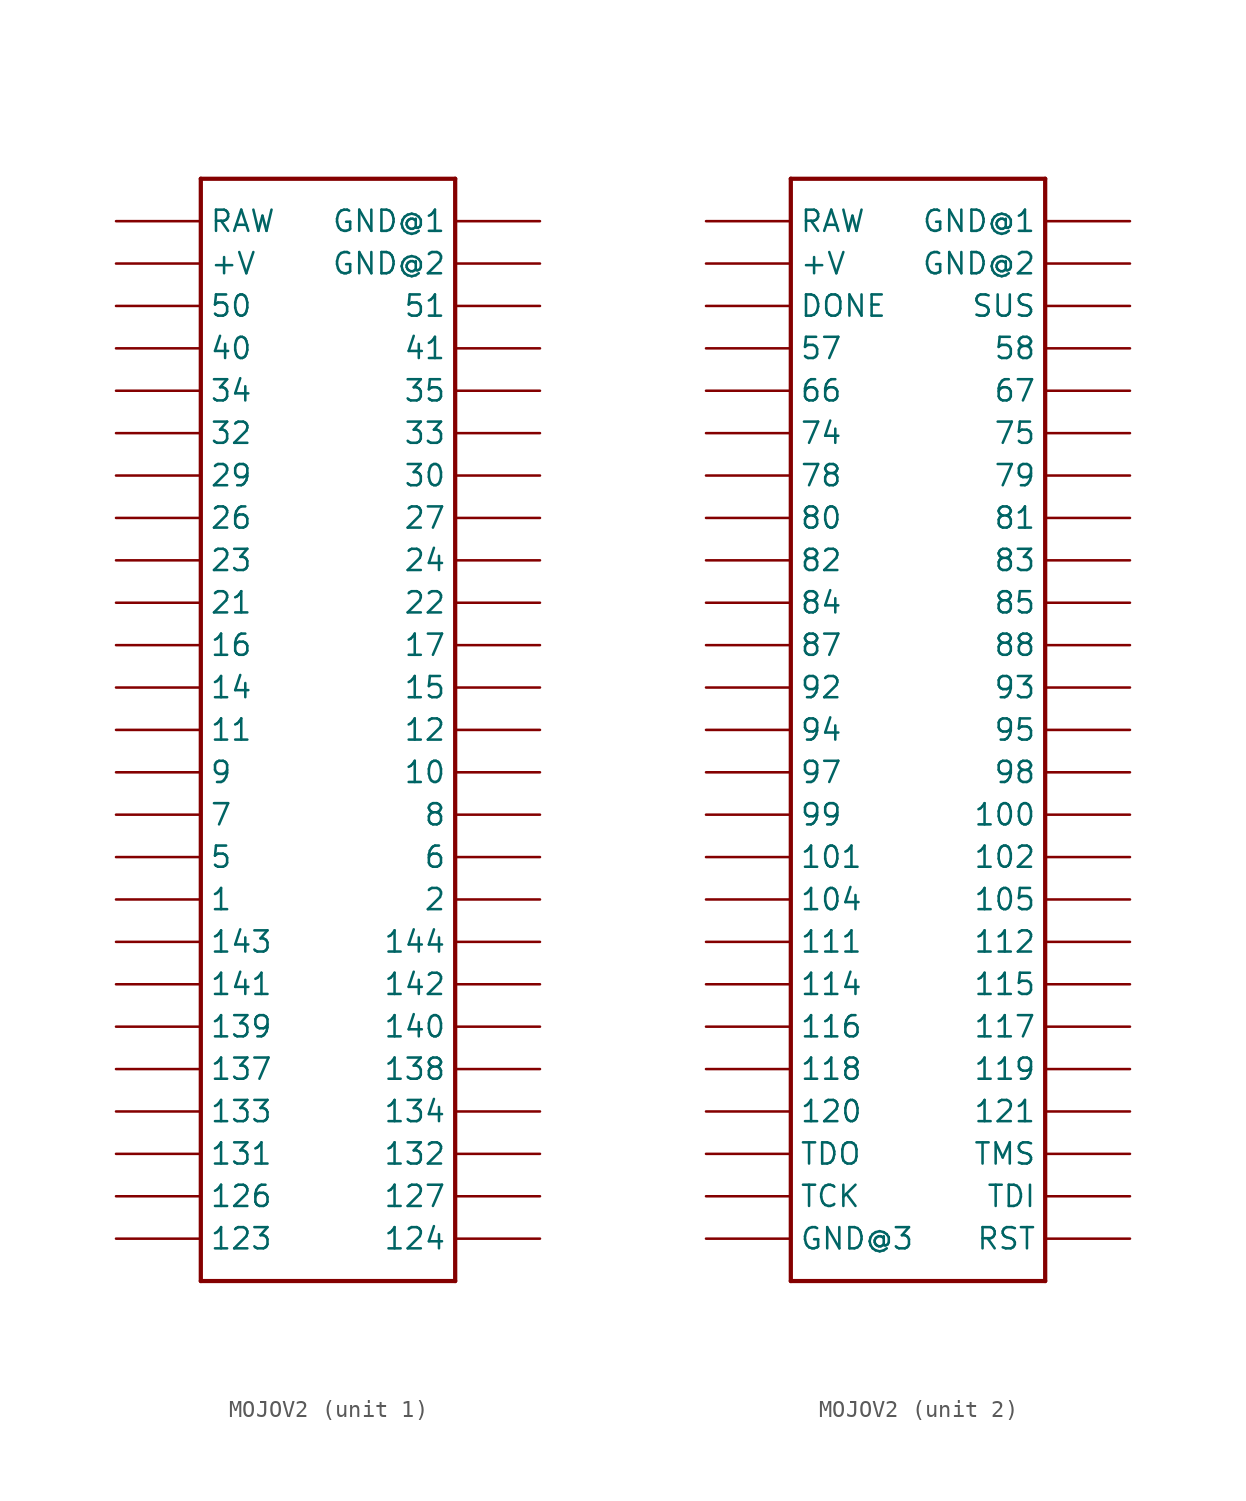
<source format=kicad_sym>
(kicad_symbol_lib
  (version 20231120)
  (generator "kicad_symbol_editor")
  (generator_version "8.0")
  (symbol "MOJOV2"
    (property "Reference" ""
      (at 0 0 0)
      (effects (font (size 1.27 1.27)) (hide yes)))
    (property "ki_locked" ""
      (at 0 0 0)
      (effects (font (size 1.27 1.27))))
    (symbol "MOJOV2_1_0"
      (polyline (pts (xy -7.62 -33.02) (xy -7.62 33.02)) (stroke (width 0.254) (type solid)) (fill (type none)))
      (polyline (pts (xy -7.62 33.02) (xy 7.62 33.02)) (stroke (width 0.254) (type solid)) (fill (type none)))
      (polyline (pts (xy 7.62 -33.02) (xy -7.62 -33.02)) (stroke (width 0.254) (type solid)) (fill (type none)))
      (polyline (pts (xy 7.62 33.02) (xy 7.62 -33.02)) (stroke (width 0.254) (type solid)) (fill (type none)))
      (pin bidirectional line (at -12.7 -10.16 0) (length 5.08) (name "1" (effects (font (size 1.27 1.27)))) (number "1" (effects (font (size 0 0)))))
      (pin bidirectional line (at 12.7 -2.54 180) (length 5.08) (name "10" (effects (font (size 1.27 1.27)))) (number "10" (effects (font (size 0 0)))))
      (pin bidirectional line (at -12.7 0 0) (length 5.08) (name "11" (effects (font (size 1.27 1.27)))) (number "11" (effects (font (size 0 0)))))
      (pin bidirectional line (at 12.7 0 180) (length 5.08) (name "12" (effects (font (size 1.27 1.27)))) (number "12" (effects (font (size 0 0)))))
      (pin bidirectional line (at -12.7 -30.48 0) (length 5.08) (name "123" (effects (font (size 1.27 1.27)))) (number "123" (effects (font (size 0 0)))))
      (pin bidirectional line (at 12.7 -30.48 180) (length 5.08) (name "124" (effects (font (size 1.27 1.27)))) (number "124" (effects (font (size 0 0)))))
      (pin bidirectional line (at -12.7 -27.94 0) (length 5.08) (name "126" (effects (font (size 1.27 1.27)))) (number "126" (effects (font (size 0 0)))))
      (pin bidirectional line (at 12.7 -27.94 180) (length 5.08) (name "127" (effects (font (size 1.27 1.27)))) (number "127" (effects (font (size 0 0)))))
      (pin bidirectional line (at -12.7 -25.4 0) (length 5.08) (name "131" (effects (font (size 1.27 1.27)))) (number "131" (effects (font (size 0 0)))))
      (pin bidirectional line (at 12.7 -25.4 180) (length 5.08) (name "132" (effects (font (size 1.27 1.27)))) (number "132" (effects (font (size 0 0)))))
      (pin bidirectional line (at -12.7 -22.86 0) (length 5.08) (name "133" (effects (font (size 1.27 1.27)))) (number "133" (effects (font (size 0 0)))))
      (pin bidirectional line (at 12.7 -22.86 180) (length 5.08) (name "134" (effects (font (size 1.27 1.27)))) (number "134" (effects (font (size 0 0)))))
      (pin bidirectional line (at -12.7 -20.32 0) (length 5.08) (name "137" (effects (font (size 1.27 1.27)))) (number "137" (effects (font (size 0 0)))))
      (pin bidirectional line (at 12.7 -20.32 180) (length 5.08) (name "138" (effects (font (size 1.27 1.27)))) (number "138" (effects (font (size 0 0)))))
      (pin bidirectional line (at -12.7 -17.78 0) (length 5.08) (name "139" (effects (font (size 1.27 1.27)))) (number "139" (effects (font (size 0 0)))))
      (pin bidirectional line (at -12.7 2.54 0) (length 5.08) (name "14" (effects (font (size 1.27 1.27)))) (number "14" (effects (font (size 0 0)))))
      (pin bidirectional line (at 12.7 -17.78 180) (length 5.08) (name "140" (effects (font (size 1.27 1.27)))) (number "140" (effects (font (size 0 0)))))
      (pin bidirectional line (at -12.7 -15.24 0) (length 5.08) (name "141" (effects (font (size 1.27 1.27)))) (number "141" (effects (font (size 0 0)))))
      (pin bidirectional line (at 12.7 -15.24 180) (length 5.08) (name "142" (effects (font (size 1.27 1.27)))) (number "142" (effects (font (size 0 0)))))
      (pin bidirectional line (at -12.7 -12.7 0) (length 5.08) (name "143" (effects (font (size 1.27 1.27)))) (number "143" (effects (font (size 0 0)))))
      (pin bidirectional line (at 12.7 -12.7 180) (length 5.08) (name "144" (effects (font (size 1.27 1.27)))) (number "144" (effects (font (size 0 0)))))
      (pin bidirectional line (at 12.7 2.54 180) (length 5.08) (name "15" (effects (font (size 1.27 1.27)))) (number "15" (effects (font (size 0 0)))))
      (pin bidirectional line (at -12.7 5.08 0) (length 5.08) (name "16" (effects (font (size 1.27 1.27)))) (number "16" (effects (font (size 0 0)))))
      (pin bidirectional line (at 12.7 5.08 180) (length 5.08) (name "17" (effects (font (size 1.27 1.27)))) (number "17" (effects (font (size 0 0)))))
      (pin bidirectional line (at 12.7 -10.16 180) (length 5.08) (name "2" (effects (font (size 1.27 1.27)))) (number "2" (effects (font (size 0 0)))))
      (pin bidirectional line (at -12.7 7.62 0) (length 5.08) (name "21" (effects (font (size 1.27 1.27)))) (number "21" (effects (font (size 0 0)))))
      (pin bidirectional line (at 12.7 7.62 180) (length 5.08) (name "22" (effects (font (size 1.27 1.27)))) (number "22" (effects (font (size 0 0)))))
      (pin bidirectional line (at -12.7 10.16 0) (length 5.08) (name "23" (effects (font (size 1.27 1.27)))) (number "23" (effects (font (size 0 0)))))
      (pin bidirectional line (at 12.7 10.16 180) (length 5.08) (name "24" (effects (font (size 1.27 1.27)))) (number "24" (effects (font (size 0 0)))))
      (pin bidirectional line (at -12.7 12.7 0) (length 5.08) (name "26" (effects (font (size 1.27 1.27)))) (number "26" (effects (font (size 0 0)))))
      (pin bidirectional line (at 12.7 12.7 180) (length 5.08) (name "27" (effects (font (size 1.27 1.27)))) (number "27" (effects (font (size 0 0)))))
      (pin bidirectional line (at -12.7 15.24 0) (length 5.08) (name "29" (effects (font (size 1.27 1.27)))) (number "29" (effects (font (size 0 0)))))
      (pin bidirectional line (at 12.7 15.24 180) (length 5.08) (name "30" (effects (font (size 1.27 1.27)))) (number "30" (effects (font (size 0 0)))))
      (pin bidirectional line (at -12.7 17.78 0) (length 5.08) (name "32" (effects (font (size 1.27 1.27)))) (number "32" (effects (font (size 0 0)))))
      (pin bidirectional line (at 12.7 17.78 180) (length 5.08) (name "33" (effects (font (size 1.27 1.27)))) (number "33" (effects (font (size 0 0)))))
      (pin bidirectional line (at -12.7 20.32 0) (length 5.08) (name "34" (effects (font (size 1.27 1.27)))) (number "34" (effects (font (size 0 0)))))
      (pin bidirectional line (at 12.7 20.32 180) (length 5.08) (name "35" (effects (font (size 1.27 1.27)))) (number "35" (effects (font (size 0 0)))))
      (pin bidirectional line (at -12.7 22.86 0) (length 5.08) (name "40" (effects (font (size 1.27 1.27)))) (number "40" (effects (font (size 0 0)))))
      (pin bidirectional line (at 12.7 22.86 180) (length 5.08) (name "41" (effects (font (size 1.27 1.27)))) (number "41" (effects (font (size 0 0)))))
      (pin bidirectional line (at -12.7 -7.62 0) (length 5.08) (name "5" (effects (font (size 1.27 1.27)))) (number "5" (effects (font (size 0 0)))))
      (pin bidirectional line (at -12.7 25.4 0) (length 5.08) (name "50" (effects (font (size 1.27 1.27)))) (number "50" (effects (font (size 0 0)))))
      (pin bidirectional line (at 12.7 25.4 180) (length 5.08) (name "51" (effects (font (size 1.27 1.27)))) (number "51" (effects (font (size 0 0)))))
      (pin bidirectional line (at 12.7 -7.62 180) (length 5.08) (name "6" (effects (font (size 1.27 1.27)))) (number "6" (effects (font (size 0 0)))))
      (pin bidirectional line (at -12.7 -5.08 0) (length 5.08) (name "7" (effects (font (size 1.27 1.27)))) (number "7" (effects (font (size 0 0)))))
      (pin bidirectional line (at 12.7 -5.08 180) (length 5.08) (name "8" (effects (font (size 1.27 1.27)))) (number "8" (effects (font (size 0 0)))))
      (pin bidirectional line (at -12.7 -2.54 0) (length 5.08) (name "9" (effects (font (size 1.27 1.27)))) (number "9" (effects (font (size 0 0)))))
      (pin power_in line (at 12.7 30.48 180) (length 5.08) (name "GND@1" (effects (font (size 1.27 1.27)))) (number "GND@1" (effects (font (size 0 0)))))
      (pin power_in line (at 12.7 27.94 180) (length 5.08) (name "GND@2" (effects (font (size 1.27 1.27)))) (number "GND@2" (effects (font (size 0 0)))))
      (pin power_in line (at -12.7 30.48 0) (length 5.08) (name "RAW" (effects (font (size 1.27 1.27)))) (number "RAW@1" (effects (font (size 0 0)))))
      (pin power_in line (at -12.7 27.94 0) (length 5.08) (name "+V" (effects (font (size 1.27 1.27)))) (number "V@1" (effects (font (size 0 0))))))
    (symbol "MOJOV2_2_0"
      (polyline (pts (xy -7.62 -33.02) (xy -7.62 33.02)) (stroke (width 0.254) (type solid)) (fill (type none)))
      (polyline (pts (xy -7.62 33.02) (xy 7.62 33.02)) (stroke (width 0.254) (type solid)) (fill (type none)))
      (polyline (pts (xy 7.62 -33.02) (xy -7.62 -33.02)) (stroke (width 0.254) (type solid)) (fill (type none)))
      (polyline (pts (xy 7.62 33.02) (xy 7.62 -33.02)) (stroke (width 0.254) (type solid)) (fill (type none)))
      (pin bidirectional line (at 12.7 -5.08 180) (length 5.08) (name "100" (effects (font (size 1.27 1.27)))) (number "100" (effects (font (size 0 0)))))
      (pin bidirectional line (at -12.7 -7.62 0) (length 5.08) (name "101" (effects (font (size 1.27 1.27)))) (number "101" (effects (font (size 0 0)))))
      (pin bidirectional line (at 12.7 -7.62 180) (length 5.08) (name "102" (effects (font (size 1.27 1.27)))) (number "102" (effects (font (size 0 0)))))
      (pin bidirectional line (at -12.7 -10.16 0) (length 5.08) (name "104" (effects (font (size 1.27 1.27)))) (number "104" (effects (font (size 0 0)))))
      (pin bidirectional line (at 12.7 -10.16 180) (length 5.08) (name "105" (effects (font (size 1.27 1.27)))) (number "105" (effects (font (size 0 0)))))
      (pin bidirectional line (at -12.7 -12.7 0) (length 5.08) (name "111" (effects (font (size 1.27 1.27)))) (number "111" (effects (font (size 0 0)))))
      (pin bidirectional line (at 12.7 -12.7 180) (length 5.08) (name "112" (effects (font (size 1.27 1.27)))) (number "112" (effects (font (size 0 0)))))
      (pin bidirectional line (at -12.7 -15.24 0) (length 5.08) (name "114" (effects (font (size 1.27 1.27)))) (number "114" (effects (font (size 0 0)))))
      (pin bidirectional line (at 12.7 -15.24 180) (length 5.08) (name "115" (effects (font (size 1.27 1.27)))) (number "115" (effects (font (size 0 0)))))
      (pin bidirectional line (at -12.7 -17.78 0) (length 5.08) (name "116" (effects (font (size 1.27 1.27)))) (number "116" (effects (font (size 0 0)))))
      (pin bidirectional line (at 12.7 -17.78 180) (length 5.08) (name "117" (effects (font (size 1.27 1.27)))) (number "117" (effects (font (size 0 0)))))
      (pin bidirectional line (at -12.7 -20.32 0) (length 5.08) (name "118" (effects (font (size 1.27 1.27)))) (number "118" (effects (font (size 0 0)))))
      (pin bidirectional line (at 12.7 -20.32 180) (length 5.08) (name "119" (effects (font (size 1.27 1.27)))) (number "119" (effects (font (size 0 0)))))
      (pin bidirectional line (at -12.7 -22.86 0) (length 5.08) (name "120" (effects (font (size 1.27 1.27)))) (number "120" (effects (font (size 0 0)))))
      (pin bidirectional line (at 12.7 -22.86 180) (length 5.08) (name "121" (effects (font (size 1.27 1.27)))) (number "121" (effects (font (size 0 0)))))
      (pin bidirectional line (at -12.7 22.86 0) (length 5.08) (name "57" (effects (font (size 1.27 1.27)))) (number "57" (effects (font (size 0 0)))))
      (pin bidirectional line (at 12.7 22.86 180) (length 5.08) (name "58" (effects (font (size 1.27 1.27)))) (number "58" (effects (font (size 0 0)))))
      (pin bidirectional line (at -12.7 20.32 0) (length 5.08) (name "66" (effects (font (size 1.27 1.27)))) (number "66" (effects (font (size 0 0)))))
      (pin bidirectional line (at 12.7 20.32 180) (length 5.08) (name "67" (effects (font (size 1.27 1.27)))) (number "67" (effects (font (size 0 0)))))
      (pin bidirectional line (at -12.7 17.78 0) (length 5.08) (name "74" (effects (font (size 1.27 1.27)))) (number "74" (effects (font (size 0 0)))))
      (pin bidirectional line (at 12.7 17.78 180) (length 5.08) (name "75" (effects (font (size 1.27 1.27)))) (number "75" (effects (font (size 0 0)))))
      (pin bidirectional line (at -12.7 15.24 0) (length 5.08) (name "78" (effects (font (size 1.27 1.27)))) (number "78" (effects (font (size 0 0)))))
      (pin bidirectional line (at 12.7 15.24 180) (length 5.08) (name "79" (effects (font (size 1.27 1.27)))) (number "79" (effects (font (size 0 0)))))
      (pin bidirectional line (at -12.7 12.7 0) (length 5.08) (name "80" (effects (font (size 1.27 1.27)))) (number "80" (effects (font (size 0 0)))))
      (pin bidirectional line (at 12.7 12.7 180) (length 5.08) (name "81" (effects (font (size 1.27 1.27)))) (number "81" (effects (font (size 0 0)))))
      (pin bidirectional line (at -12.7 10.16 0) (length 5.08) (name "82" (effects (font (size 1.27 1.27)))) (number "82" (effects (font (size 0 0)))))
      (pin bidirectional line (at 12.7 10.16 180) (length 5.08) (name "83" (effects (font (size 1.27 1.27)))) (number "83" (effects (font (size 0 0)))))
      (pin bidirectional line (at -12.7 7.62 0) (length 5.08) (name "84" (effects (font (size 1.27 1.27)))) (number "84" (effects (font (size 0 0)))))
      (pin bidirectional line (at 12.7 7.62 180) (length 5.08) (name "85" (effects (font (size 1.27 1.27)))) (number "85" (effects (font (size 0 0)))))
      (pin bidirectional line (at -12.7 5.08 0) (length 5.08) (name "87" (effects (font (size 1.27 1.27)))) (number "87" (effects (font (size 0 0)))))
      (pin bidirectional line (at 12.7 5.08 180) (length 5.08) (name "88" (effects (font (size 1.27 1.27)))) (number "88" (effects (font (size 0 0)))))
      (pin bidirectional line (at -12.7 2.54 0) (length 5.08) (name "92" (effects (font (size 1.27 1.27)))) (number "92" (effects (font (size 0 0)))))
      (pin bidirectional line (at 12.7 2.54 180) (length 5.08) (name "93" (effects (font (size 1.27 1.27)))) (number "93" (effects (font (size 0 0)))))
      (pin bidirectional line (at -12.7 0 0) (length 5.08) (name "94" (effects (font (size 1.27 1.27)))) (number "94" (effects (font (size 0 0)))))
      (pin bidirectional line (at 12.7 0 180) (length 5.08) (name "95" (effects (font (size 1.27 1.27)))) (number "95" (effects (font (size 0 0)))))
      (pin bidirectional line (at -12.7 -2.54 0) (length 5.08) (name "97" (effects (font (size 1.27 1.27)))) (number "97" (effects (font (size 0 0)))))
      (pin bidirectional line (at 12.7 -2.54 180) (length 5.08) (name "98" (effects (font (size 1.27 1.27)))) (number "98" (effects (font (size 0 0)))))
      (pin bidirectional line (at -12.7 -5.08 0) (length 5.08) (name "99" (effects (font (size 1.27 1.27)))) (number "99" (effects (font (size 0 0)))))
      (pin bidirectional line (at -12.7 25.4 0) (length 5.08) (name "DONE" (effects (font (size 1.27 1.27)))) (number "DONE" (effects (font (size 0 0)))))
      (pin power_in line (at 12.7 30.48 180) (length 5.08) (name "GND@1" (effects (font (size 1.27 1.27)))) (number "GND@3" (effects (font (size 0 0)))))
      (pin power_in line (at 12.7 27.94 180) (length 5.08) (name "GND@2" (effects (font (size 1.27 1.27)))) (number "GND@4" (effects (font (size 0 0)))))
      (pin power_in line (at -12.7 -30.48 0) (length 5.08) (name "GND@3" (effects (font (size 1.27 1.27)))) (number "GND@6" (effects (font (size 0 0)))))
      (pin power_in line (at -12.7 30.48 0) (length 5.08) (name "RAW" (effects (font (size 1.27 1.27)))) (number "RAW@2" (effects (font (size 0 0)))))
      (pin input line (at 12.7 -30.48 180) (length 5.08) (name "RST" (effects (font (size 1.27 1.27)))) (number "RST" (effects (font (size 0 0)))))
      (pin input line (at 12.7 25.4 180) (length 5.08) (name "SUS" (effects (font (size 1.27 1.27)))) (number "SUS" (effects (font (size 0 0)))))
      (pin input line (at -12.7 -27.94 0) (length 5.08) (name "TCK" (effects (font (size 1.27 1.27)))) (number "TCK" (effects (font (size 0 0)))))
      (pin input line (at 12.7 -27.94 180) (length 5.08) (name "TDI" (effects (font (size 1.27 1.27)))) (number "TDI" (effects (font (size 0 0)))))
      (pin output line (at -12.7 -25.4 0) (length 5.08) (name "TDO" (effects (font (size 1.27 1.27)))) (number "TDO" (effects (font (size 0 0)))))
      (pin input line (at 12.7 -25.4 180) (length 5.08) (name "TMS" (effects (font (size 1.27 1.27)))) (number "TMS" (effects (font (size 0 0)))))
      (pin power_in line (at -12.7 27.94 0) (length 5.08) (name "+V" (effects (font (size 1.27 1.27)))) (number "V@2" (effects (font (size 0 0))))))))
</source>
